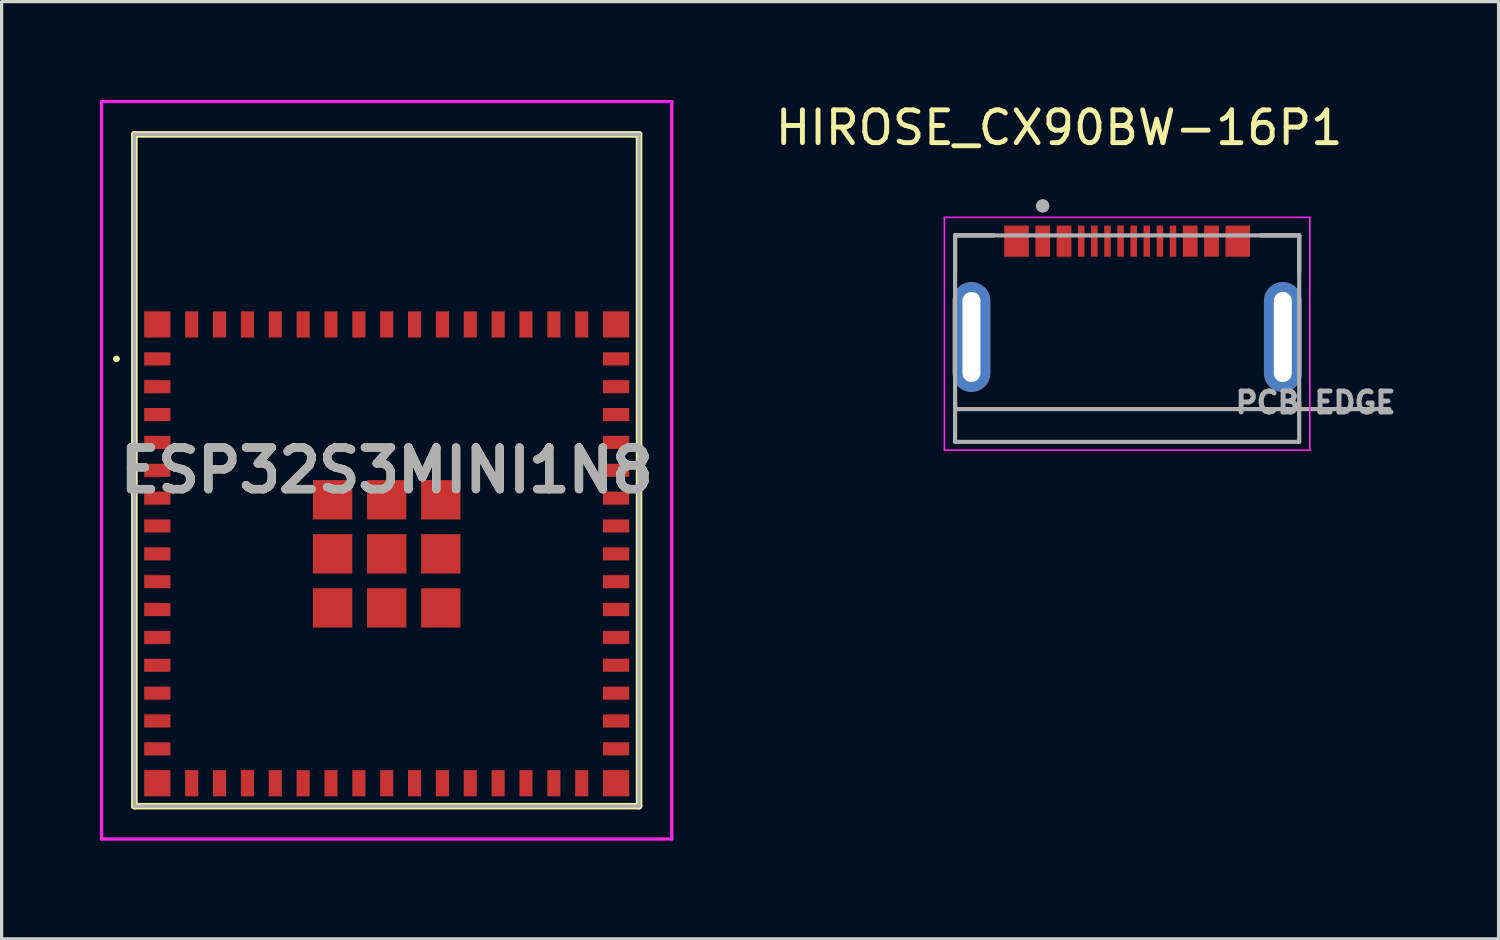
<source format=kicad_pcb>
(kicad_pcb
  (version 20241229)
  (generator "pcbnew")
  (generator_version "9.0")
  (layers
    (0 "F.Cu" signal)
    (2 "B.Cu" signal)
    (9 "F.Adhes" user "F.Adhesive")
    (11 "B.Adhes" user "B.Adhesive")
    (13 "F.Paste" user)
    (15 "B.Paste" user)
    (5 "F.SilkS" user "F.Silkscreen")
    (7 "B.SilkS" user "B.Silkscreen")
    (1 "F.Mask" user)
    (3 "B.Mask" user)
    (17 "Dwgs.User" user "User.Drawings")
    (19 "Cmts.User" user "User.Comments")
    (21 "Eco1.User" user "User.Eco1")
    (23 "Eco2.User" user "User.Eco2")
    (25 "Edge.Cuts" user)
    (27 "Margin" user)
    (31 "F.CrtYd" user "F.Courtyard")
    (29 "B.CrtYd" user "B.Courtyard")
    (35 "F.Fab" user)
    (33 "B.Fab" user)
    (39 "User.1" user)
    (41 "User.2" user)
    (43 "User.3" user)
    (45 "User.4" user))
  (footprint "HIROSE_CX90BW-16P1"
    (layer "F.Cu")
    (at 31.343 7.233)
    (property "Reference" "HIROSE_CX90BW-16P1" (at -2.075 -6.385 0) (layer "F.SilkS") (effects (font (size 1 1) (thickness 0.15))))
    (attr smd)
    (fp_poly (pts (xy -3.8 -3.45) (xy -2.95 -3.45) (xy -2.95 -2.4) (xy -3.8 -2.4)) (stroke (width 0.01) (type solid)) (fill yes) (layer "F.Mask"))
    (fp_poly (pts (xy -2.85 -3.45) (xy -2.3 -3.45) (xy -2.3 -2.4) (xy -2.85 -2.4)) (stroke (width 0.01) (type solid)) (fill yes) (layer "F.Mask"))
    (fp_poly (pts (xy -2.2 -3.45) (xy -1.65 -3.45) (xy -1.65 -2.4) (xy -2.2 -2.4)) (stroke (width 0.01) (type solid)) (fill yes) (layer "F.Mask"))
    (fp_poly (pts (xy -1.55 -3.45) (xy -1.25 -3.45) (xy -1.25 -2.4) (xy -1.55 -2.4)) (stroke (width 0.01) (type solid)) (fill yes) (layer "F.Mask"))
    (fp_poly (pts (xy -1.15 -3.45) (xy -0.85 -3.45) (xy -0.85 -2.4) (xy -1.15 -2.4)) (stroke (width 0.01) (type solid)) (fill yes) (layer "F.Mask"))
    (fp_poly (pts (xy -0.75 -3.45) (xy -0.45 -3.45) (xy -0.45 -2.4) (xy -0.75 -2.4)) (stroke (width 0.01) (type solid)) (fill yes) (layer "F.Mask"))
    (fp_poly (pts (xy -0.35 -3.45) (xy -0.05 -3.45) (xy -0.05 -2.4) (xy -0.35 -2.4)) (stroke (width 0.01) (type solid)) (fill yes) (layer "F.Mask"))
    (fp_poly (pts (xy 0.05 -3.45) (xy 0.35 -3.45) (xy 0.35 -2.4) (xy 0.05 -2.4)) (stroke (width 0.01) (type solid)) (fill yes) (layer "F.Mask"))
    (fp_poly (pts (xy 0.45 -3.45) (xy 0.75 -3.45) (xy 0.75 -2.4) (xy 0.45 -2.4)) (stroke (width 0.01) (type solid)) (fill yes) (layer "F.Mask"))
    (fp_poly (pts (xy 0.85 -3.45) (xy 1.15 -3.45) (xy 1.15 -2.4) (xy 0.85 -2.4)) (stroke (width 0.01) (type solid)) (fill yes) (layer "F.Mask"))
    (fp_poly (pts (xy 1.25 -3.45) (xy 1.55 -3.45) (xy 1.55 -2.4) (xy 1.25 -2.4)) (stroke (width 0.01) (type solid)) (fill yes) (layer "F.Mask"))
    (fp_poly (pts (xy 1.65 -3.45) (xy 2.2 -3.45) (xy 2.2 -2.4) (xy 1.65 -2.4)) (stroke (width 0.01) (type solid)) (fill yes) (layer "F.Mask"))
    (fp_poly (pts (xy 2.3 -3.45) (xy 2.85 -3.45) (xy 2.85 -2.4) (xy 2.3 -2.4)) (stroke (width 0.01) (type solid)) (fill yes) (layer "F.Mask"))
    (fp_poly (pts (xy 2.95 -3.45) (xy 3.8 -3.45) (xy 3.8 -2.4) (xy 2.95 -2.4)) (stroke (width 0.01) (type solid)) (fill yes) (layer "F.Mask"))
    (fp_line (start -5.25 -3.1) (end -4.07 -3.1) (stroke (width 0.127) (type solid)) (layer "F.SilkS"))
    (fp_line (start -5.25 -1.995) (end -5.25 -3.1) (stroke (width 0.127) (type solid)) (layer "F.SilkS"))
    (fp_line (start -5.25 2.2) (end -5.25 1.995) (stroke (width 0.127) (type solid)) (layer "F.SilkS"))
    (fp_line (start 4.07 -3.1) (end 5.25 -3.1) (stroke (width 0.127) (type solid)) (layer "F.SilkS"))
    (fp_line (start 5.25 -3.1) (end 5.25 -1.995) (stroke (width 0.127) (type solid)) (layer "F.SilkS"))
    (fp_line (start 5.25 2.2) (end 5.25 1.995) (stroke (width 0.127) (type solid)) (layer "F.SilkS"))
    (fp_circle (center -2.575 -4) (end -2.475 -4) (stroke (width 0.2) (type solid)) (fill no) (layer "F.SilkS"))
    (fp_line (start -5.575 -3.65) (end -5.575 3.45) (stroke (width 0.05) (type solid)) (layer "F.CrtYd"))
    (fp_line (start -5.575 3.45) (end 5.575 3.45) (stroke (width 0.05) (type solid)) (layer "F.CrtYd"))
    (fp_line (start 5.575 -3.65) (end -5.575 -3.65) (stroke (width 0.05) (type solid)) (layer "F.CrtYd"))
    (fp_line (start 5.575 3.45) (end 5.575 -3.65) (stroke (width 0.05) (type solid)) (layer "F.CrtYd"))
    (fp_line (start -5.25 -3.1) (end 5.25 -3.1) (stroke (width 0.127) (type solid)) (layer "F.Fab"))
    (fp_line (start -5.25 2.2) (end -5.25 -3.1) (stroke (width 0.127) (type solid)) (layer "F.Fab"))
    (fp_line (start -5.25 2.2) (end 5.25 2.2) (stroke (width 0.127) (type solid)) (layer "F.Fab"))
    (fp_line (start -5.25 3.2) (end -5.25 2.2) (stroke (width 0.127) (type solid)) (layer "F.Fab"))
    (fp_line (start 5.25 -3.1) (end 5.25 2.2) (stroke (width 0.127) (type solid)) (layer "F.Fab"))
    (fp_line (start 5.25 2.2) (end 5.25 3.2) (stroke (width 0.127) (type solid)) (layer "F.Fab"))
    (fp_line (start 5.25 2.2) (end 8 2.2) (stroke (width 0.127) (type solid)) (layer "F.Fab"))
    (fp_line (start 5.25 3.2) (end -5.25 3.2) (stroke (width 0.127) (type solid)) (layer "F.Fab"))
    (fp_circle (center -2.575 -4) (end -2.475 -4) (stroke (width 0.2) (type solid)) (fill no) (layer "F.Fab"))
    (fp_text user "PCB EDGE" (at 5.75 2 0) (layer "F.Fab") (effects (font (size 0.64 0.64) (thickness 0.15))))
    (pad "A1_B12" smd rect (at -2.575 -2.925) (size 0.45 0.95) (layers "F.Cu" "F.Paste"))
    (pad "A4_B9" smd rect (at -1.925 -2.925) (size 0.45 0.95) (layers "F.Cu" "F.Paste"))
    (pad "A5" smd rect (at -1.4 -2.925) (size 0.2 0.95) (layers "F.Cu" "F.Paste"))
    (pad "A6" smd rect (at -0.6 -2.925) (size 0.2 0.95) (layers "F.Cu" "F.Paste"))
    (pad "A7" smd rect (at 0.2 -2.925) (size 0.2 0.95) (layers "F.Cu" "F.Paste"))
    (pad "A8" smd rect (at 1 -2.925) (size 0.2 0.95) (layers "F.Cu" "F.Paste"))
    (pad "A9_B4" smd rect (at 1.925 -2.925) (size 0.45 0.95) (layers "F.Cu" "F.Paste"))
    (pad "A12_B1" smd rect (at 2.575 -2.925) (size 0.45 0.95) (layers "F.Cu" "F.Paste"))
    (pad "B5" smd rect (at 1.4 -2.925) (size 0.2 0.95) (layers "F.Cu" "F.Paste"))
    (pad "B6" smd rect (at 0.6 -2.925) (size 0.2 0.95) (layers "F.Cu" "F.Paste"))
    (pad "B7" smd rect (at -0.2 -2.925) (size 0.2 0.95) (layers "F.Cu" "F.Paste"))
    (pad "B8" smd rect (at -1 -2.925) (size 0.2 0.95) (layers "F.Cu" "F.Paste"))
    (pad "MID1" smd rect (at -3.375 -2.925) (size 0.75 0.95) (layers "F.Cu" "F.Paste"))
    (pad "MID2" smd rect (at 3.375 -2.925) (size 0.75 0.95) (layers "F.Cu" "F.Paste"))
    (pad "SH1" thru_hole oval (at -4.75 0) (size 1.15 3.35) (drill oval 0.55 2.75) (layers "*.Cu" "*.Mask"))
    (pad "SH2" thru_hole oval (at 4.75 0) (size 1.15 3.35) (drill oval 0.55 2.75) (layers "*.Cu" "*.Mask")))
  (footprint "ESP32S3MINI1N8"
    (layer "F.Cu")
    (at 8.75 13.85)
    (property "Reference" "ESP32S3MINI1N8" (at 0 -2.55 0) (layer "F.SilkS") (effects (font (size 1.27 1.27) (thickness 0.254))))
    (attr smd)
    (fp_line (start -8.3 -5.95) (end -8.3 -5.95) (stroke (width 0.1) (type solid)) (layer "F.SilkS"))
    (fp_line (start -8.2 -5.95) (end -8.2 -5.95) (stroke (width 0.1) (type solid)) (layer "F.SilkS"))
    (fp_line (start -7.7 -12.8) (end 7.7 -12.8) (stroke (width 0.2) (type solid)) (layer "F.SilkS"))
    (fp_line (start -7.7 7.7) (end -7.7 -12.8) (stroke (width 0.2) (type solid)) (layer "F.SilkS"))
    (fp_line (start 7.7 -12.8) (end 7.7 7.7) (stroke (width 0.2) (type solid)) (layer "F.SilkS"))
    (fp_line (start 7.7 7.7) (end -7.7 7.7) (stroke (width 0.2) (type solid)) (layer "F.SilkS"))
    (fp_arc (start -8.3 -5.95) (mid -8.25 -6) (end -8.2 -5.95) (stroke (width 0.1) (type solid)) (layer "F.SilkS"))
    (fp_arc (start -8.2 -5.95) (mid -8.25 -5.9) (end -8.3 -5.95) (stroke (width 0.1) (type solid)) (layer "F.SilkS"))
    (fp_line (start -8.7 -13.8) (end 8.7 -13.8) (stroke (width 0.1) (type solid)) (layer "F.CrtYd"))
    (fp_line (start -8.7 8.7) (end -8.7 -13.8) (stroke (width 0.1) (type solid)) (layer "F.CrtYd"))
    (fp_line (start 8.7 -13.8) (end 8.7 8.7) (stroke (width 0.1) (type solid)) (layer "F.CrtYd"))
    (fp_line (start 8.7 8.7) (end -8.7 8.7) (stroke (width 0.1) (type solid)) (layer "F.CrtYd"))
    (fp_line (start -7.7 -12.8) (end 7.7 -12.8) (stroke (width 0.1) (type solid)) (layer "F.Fab"))
    (fp_line (start -7.7 7.7) (end -7.7 -12.8) (stroke (width 0.1) (type solid)) (layer "F.Fab"))
    (fp_line (start 7.7 -12.8) (end 7.7 7.7) (stroke (width 0.1) (type solid)) (layer "F.Fab"))
    (fp_line (start 7.7 7.7) (end -7.7 7.7) (stroke (width 0.1) (type solid)) (layer "F.Fab"))
    (fp_text user "${REFERENCE}" (at 0 -2.55 0) (layer "F.Fab") (effects (font (size 1.27 1.27) (thickness 0.254))))
    (pad "1" smd rect (at -7 -5.95 90) (size 0.4 0.8) (layers "F.Cu" "F.Mask" "F.Paste"))
    (pad "2" smd rect (at -7 -5.1 90) (size 0.4 0.8) (layers "F.Cu" "F.Mask" "F.Paste"))
    (pad "3" smd rect (at -7 -4.25 90) (size 0.4 0.8) (layers "F.Cu" "F.Mask" "F.Paste"))
    (pad "4" smd rect (at -7 -3.4 90) (size 0.4 0.8) (layers "F.Cu" "F.Mask" "F.Paste"))
    (pad "5" smd rect (at -7 -2.55 90) (size 0.4 0.8) (layers "F.Cu" "F.Mask" "F.Paste"))
    (pad "6" smd rect (at -7 -1.7 90) (size 0.4 0.8) (layers "F.Cu" "F.Mask" "F.Paste"))
    (pad "7" smd rect (at -7 -0.85 90) (size 0.4 0.8) (layers "F.Cu" "F.Mask" "F.Paste"))
    (pad "8" smd rect (at -7 0 90) (size 0.4 0.8) (layers "F.Cu" "F.Mask" "F.Paste"))
    (pad "9" smd rect (at -7 0.85 90) (size 0.4 0.8) (layers "F.Cu" "F.Mask" "F.Paste"))
    (pad "10" smd rect (at -7 1.7 90) (size 0.4 0.8) (layers "F.Cu" "F.Mask" "F.Paste"))
    (pad "11" smd rect (at -7 2.55 90) (size 0.4 0.8) (layers "F.Cu" "F.Mask" "F.Paste"))
    (pad "12" smd rect (at -7 3.4 90) (size 0.4 0.8) (layers "F.Cu" "F.Mask" "F.Paste"))
    (pad "13" smd rect (at -7 4.25 90) (size 0.4 0.8) (layers "F.Cu" "F.Mask" "F.Paste"))
    (pad "14" smd rect (at -7 5.1 90) (size 0.4 0.8) (layers "F.Cu" "F.Mask" "F.Paste"))
    (pad "15" smd rect (at -7 5.95 90) (size 0.4 0.8) (layers "F.Cu" "F.Mask" "F.Paste"))
    (pad "16" smd rect (at -5.95 7) (size 0.4 0.8) (layers "F.Cu" "F.Mask" "F.Paste"))
    (pad "17" smd rect (at -5.1 7) (size 0.4 0.8) (layers "F.Cu" "F.Mask" "F.Paste"))
    (pad "18" smd rect (at -4.25 7) (size 0.4 0.8) (layers "F.Cu" "F.Mask" "F.Paste"))
    (pad "19" smd rect (at -3.4 7) (size 0.4 0.8) (layers "F.Cu" "F.Mask" "F.Paste"))
    (pad "20" smd rect (at -2.55 7) (size 0.4 0.8) (layers "F.Cu" "F.Mask" "F.Paste"))
    (pad "21" smd rect (at -1.7 7) (size 0.4 0.8) (layers "F.Cu" "F.Mask" "F.Paste"))
    (pad "22" smd rect (at -0.85 7) (size 0.4 0.8) (layers "F.Cu" "F.Mask" "F.Paste"))
    (pad "23" smd rect (at 0 7) (size 0.4 0.8) (layers "F.Cu" "F.Mask" "F.Paste"))
    (pad "24" smd rect (at 0.85 7) (size 0.4 0.8) (layers "F.Cu" "F.Mask" "F.Paste"))
    (pad "25" smd rect (at 1.7 7) (size 0.4 0.8) (layers "F.Cu" "F.Mask" "F.Paste"))
    (pad "26" smd rect (at 2.55 7) (size 0.4 0.8) (layers "F.Cu" "F.Mask" "F.Paste"))
    (pad "27" smd rect (at 3.4 7) (size 0.4 0.8) (layers "F.Cu" "F.Mask" "F.Paste"))
    (pad "28" smd rect (at 4.25 7) (size 0.4 0.8) (layers "F.Cu" "F.Mask" "F.Paste"))
    (pad "29" smd rect (at 5.1 7) (size 0.4 0.8) (layers "F.Cu" "F.Mask" "F.Paste"))
    (pad "30" smd rect (at 5.95 7) (size 0.4 0.8) (layers "F.Cu" "F.Mask" "F.Paste"))
    (pad "31" smd rect (at 7 5.95 90) (size 0.4 0.8) (layers "F.Cu" "F.Mask" "F.Paste"))
    (pad "32" smd rect (at 7 5.1 90) (size 0.4 0.8) (layers "F.Cu" "F.Mask" "F.Paste"))
    (pad "33" smd rect (at 7 4.25 90) (size 0.4 0.8) (layers "F.Cu" "F.Mask" "F.Paste"))
    (pad "34" smd rect (at 7 3.4 90) (size 0.4 0.8) (layers "F.Cu" "F.Mask" "F.Paste"))
    (pad "35" smd rect (at 7 2.55 90) (size 0.4 0.8) (layers "F.Cu" "F.Mask" "F.Paste"))
    (pad "36" smd rect (at 7 1.7 90) (size 0.4 0.8) (layers "F.Cu" "F.Mask" "F.Paste"))
    (pad "37" smd rect (at 7 0.85 90) (size 0.4 0.8) (layers "F.Cu" "F.Mask" "F.Paste"))
    (pad "38" smd rect (at 7 0 90) (size 0.4 0.8) (layers "F.Cu" "F.Mask" "F.Paste"))
    (pad "39" smd rect (at 7 -0.85 90) (size 0.4 0.8) (layers "F.Cu" "F.Mask" "F.Paste"))
    (pad "40" smd rect (at 7 -1.7 90) (size 0.4 0.8) (layers "F.Cu" "F.Mask" "F.Paste"))
    (pad "41" smd rect (at 7 -2.55 90) (size 0.4 0.8) (layers "F.Cu" "F.Mask" "F.Paste"))
    (pad "42" smd rect (at 7 -3.4 90) (size 0.4 0.8) (layers "F.Cu" "F.Mask" "F.Paste"))
    (pad "43" smd rect (at 7 -4.25 90) (size 0.4 0.8) (layers "F.Cu" "F.Mask" "F.Paste"))
    (pad "44" smd rect (at 7 -5.1 90) (size 0.4 0.8) (layers "F.Cu" "F.Mask" "F.Paste"))
    (pad "45" smd rect (at 7 -5.95 90) (size 0.4 0.8) (layers "F.Cu" "F.Mask" "F.Paste"))
    (pad "46" smd rect (at 5.95 -7) (size 0.4 0.8) (layers "F.Cu" "F.Mask" "F.Paste"))
    (pad "47" smd rect (at 5.1 -7) (size 0.4 0.8) (layers "F.Cu" "F.Mask" "F.Paste"))
    (pad "48" smd rect (at 4.25 -7) (size 0.4 0.8) (layers "F.Cu" "F.Mask" "F.Paste"))
    (pad "49" smd rect (at 3.4 -7) (size 0.4 0.8) (layers "F.Cu" "F.Mask" "F.Paste"))
    (pad "50" smd rect (at 2.55 -7) (size 0.4 0.8) (layers "F.Cu" "F.Mask" "F.Paste"))
    (pad "51" smd rect (at 1.7 -7) (size 0.4 0.8) (layers "F.Cu" "F.Mask" "F.Paste"))
    (pad "52" smd rect (at 0.85 -7) (size 0.4 0.8) (layers "F.Cu" "F.Mask" "F.Paste"))
    (pad "53" smd rect (at 0 -7) (size 0.4 0.8) (layers "F.Cu" "F.Mask" "F.Paste"))
    (pad "54" smd rect (at -0.85 -7) (size 0.4 0.8) (layers "F.Cu" "F.Mask" "F.Paste"))
    (pad "55" smd rect (at -1.7 -7) (size 0.4 0.8) (layers "F.Cu" "F.Mask" "F.Paste"))
    (pad "56" smd rect (at -2.55 -7) (size 0.4 0.8) (layers "F.Cu" "F.Mask" "F.Paste"))
    (pad "57" smd rect (at -3.4 -7) (size 0.4 0.8) (layers "F.Cu" "F.Mask" "F.Paste"))
    (pad "58" smd rect (at -4.25 -7) (size 0.4 0.8) (layers "F.Cu" "F.Mask" "F.Paste"))
    (pad "59" smd rect (at -5.1 -7) (size 0.4 0.8) (layers "F.Cu" "F.Mask" "F.Paste"))
    (pad "60" smd rect (at -5.95 -7) (size 0.4 0.8) (layers "F.Cu" "F.Mask" "F.Paste"))
    (pad "61" smd rect (at 0 0) (size 1.2 1.2) (layers "F.Cu" "F.Mask" "F.Paste"))
    (pad "62" smd rect (at -7 -7) (size 0.8 0.8) (layers "F.Cu" "F.Mask" "F.Paste"))
    (pad "63" smd rect (at -7 7) (size 0.8 0.8) (layers "F.Cu" "F.Mask" "F.Paste"))
    (pad "64" smd rect (at 7 7) (size 0.8 0.8) (layers "F.Cu" "F.Mask" "F.Paste"))
    (pad "65" smd rect (at 7 -7) (size 0.8 0.8) (layers "F.Cu" "F.Mask" "F.Paste"))
    (pad "66" smd rect (at -1.65 -1.65) (size 1.2 1.2) (layers "F.Cu" "F.Mask" "F.Paste"))
    (pad "67" smd rect (at -1.65 0) (size 1.2 1.2) (layers "F.Cu" "F.Mask" "F.Paste"))
    (pad "68" smd rect (at -1.65 1.65) (size 1.2 1.2) (layers "F.Cu" "F.Mask" "F.Paste"))
    (pad "69" smd rect (at 0 1.65) (size 1.2 1.2) (layers "F.Cu" "F.Mask" "F.Paste"))
    (pad "70" smd rect (at 1.65 1.65) (size 1.2 1.2) (layers "F.Cu" "F.Mask" "F.Paste"))
    (pad "71" smd rect (at 1.65 0) (size 1.2 1.2) (layers "F.Cu" "F.Mask" "F.Paste"))
    (pad "72" smd rect (at 1.65 -1.65) (size 1.2 1.2) (layers "F.Cu" "F.Mask" "F.Paste"))
    (pad "73" smd rect (at 0 -1.65) (size 1.2 1.2) (layers "F.Cu" "F.Mask" "F.Paste")))
  (gr_rect
    (start -3 -3)
    (end 42.677 25.6)
    (stroke (width 0.1) (type default))
    (fill no)
    (layer "Edge.Cuts")))
</source>
